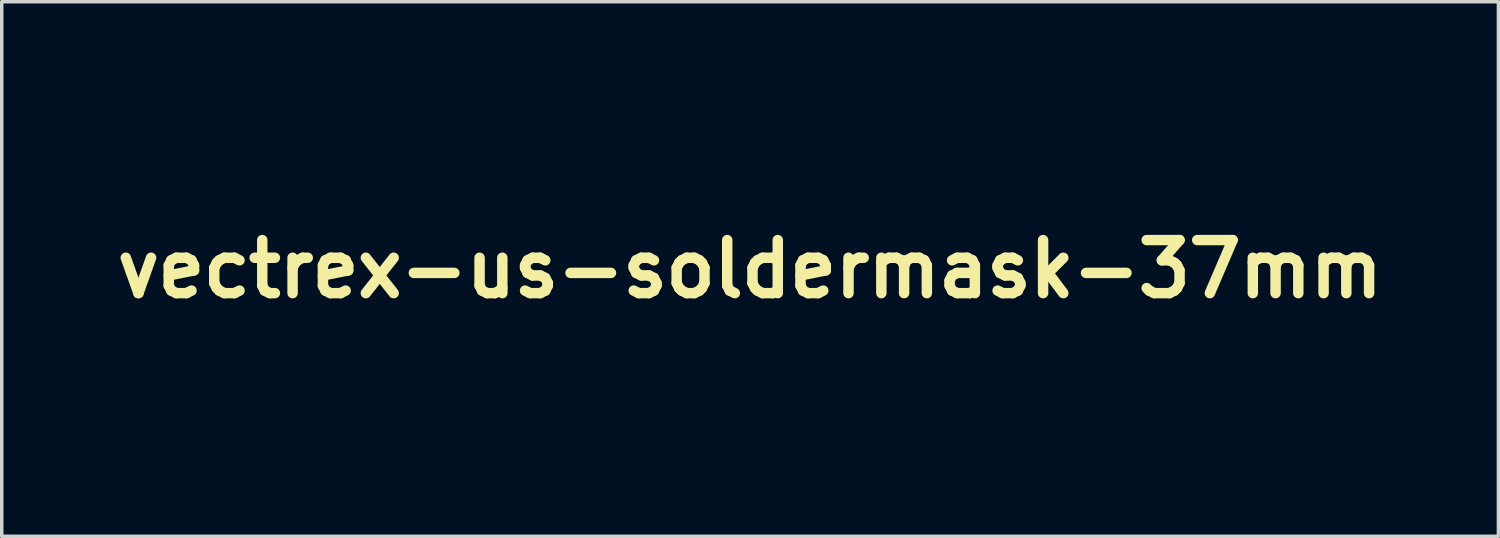
<source format=kicad_pcb>
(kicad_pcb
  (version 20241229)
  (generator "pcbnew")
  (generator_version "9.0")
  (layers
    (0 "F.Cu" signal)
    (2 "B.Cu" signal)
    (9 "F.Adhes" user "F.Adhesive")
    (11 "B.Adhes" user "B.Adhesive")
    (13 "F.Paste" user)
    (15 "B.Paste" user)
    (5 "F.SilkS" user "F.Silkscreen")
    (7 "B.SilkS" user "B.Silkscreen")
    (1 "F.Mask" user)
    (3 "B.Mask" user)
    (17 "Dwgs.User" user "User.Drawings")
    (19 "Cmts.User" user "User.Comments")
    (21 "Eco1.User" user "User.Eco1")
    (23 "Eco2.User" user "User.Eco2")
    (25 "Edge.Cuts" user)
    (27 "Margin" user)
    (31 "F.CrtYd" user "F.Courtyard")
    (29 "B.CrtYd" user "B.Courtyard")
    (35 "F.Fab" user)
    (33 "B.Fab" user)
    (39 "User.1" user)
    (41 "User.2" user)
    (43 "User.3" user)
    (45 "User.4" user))
  (footprint "vectrex-us-soldermask-37mm"
    (layer "F.Cu")
    (at 18.488 4.679)
    (property "Reference" "vectrex-us-soldermask-37mm" (at 0 0 0) (layer "F.SilkS") (effects (font (size 1.524 1.524) (thickness 0.3))))
    (attr through_hole)
    (fp_poly (pts (xy 5.912 -0.335) (xy 6.137 -0.333) (xy 6.326 -0.328) (xy 6.469 -0.323) (xy 6.554 -0.317) (xy 6.574 -0.312) (xy 6.549 -0.28) (xy 6.478 -0.202) (xy 6.369 -0.086) (xy 6.229 0.061) (xy 6.064 0.231) (xy 5.925 0.373) (xy 5.744 0.559) (xy 5.581 0.732) (xy 5.442 0.883) (xy 5.335 1.003) (xy 5.269 1.085) (xy 5.249 1.116) (xy 5.248 1.227) (xy 5.306 1.319) (xy 5.407 1.374) (xy 5.469 1.382) (xy 5.508 1.378) (xy 5.55 1.364) (xy 5.601 1.333) (xy 5.669 1.28) (xy 5.758 1.199) (xy 5.875 1.086) (xy 6.026 0.934) (xy 6.216 0.739) (xy 6.426 0.523) (xy 7.256 -0.336) (xy 8.11 -0.336) (xy 8.354 -0.335) (xy 8.57 -0.332) (xy 8.749 -0.327) (xy 8.88 -0.32) (xy 8.952 -0.313) (xy 8.963 -0.308) (xy 8.939 -0.274) (xy 8.873 -0.19) (xy 8.769 -0.064) (xy 8.636 0.097) (xy 8.477 0.285) (xy 8.3 0.493) (xy 8.243 0.56) (xy 7.524 1.401) (xy 6.918 1.411) (xy 6.313 1.421) (xy 6.313 4.594) (xy 4.744 4.594) (xy 4.744 -0.336) (xy 5.659 -0.336) (xy 5.912 -0.335)) (stroke (width 0.01) (type solid)) (fill yes) (layer "F.Mask"))
    (fp_poly (pts (xy 3.595 -3.299) (xy 3.605 -1.924) (xy 4.855 -1.905) (xy 6.104 -1.886) (xy 4.538 -0.263) (xy 4.062 -0.262) (xy 3.586 -0.261) (xy 3.586 4.594) (xy 2.017 4.594) (xy 2.017 -0.09) (xy 2.503 -0.58) (xy 2.686 -0.768) (xy 2.821 -0.913) (xy 2.912 -1.02) (xy 2.965 -1.099) (xy 2.987 -1.154) (xy 2.988 -1.168) (xy 2.956 -1.285) (xy 2.869 -1.361) (xy 2.761 -1.382) (xy 2.715 -1.373) (xy 2.655 -1.344) (xy 2.574 -1.288) (xy 2.464 -1.199) (xy 2.319 -1.071) (xy 2.13 -0.9) (xy 2.046 -0.822) (xy 1.44 -0.261) (xy 0.633 -0.261) (xy 0.395 -0.262) (xy 0.182 -0.265) (xy 0.007 -0.269) (xy -0.12 -0.275) (xy -0.188 -0.281) (xy -0.196 -0.284) (xy -0.178 -0.316) (xy -0.116 -0.397) (xy -0.016 -0.521) (xy 0.117 -0.68) (xy 0.276 -0.867) (xy 0.456 -1.076) (xy 0.555 -1.189) (xy 0.824 -1.497) (xy 1.103 -1.816) (xy 1.387 -2.14) (xy 1.67 -2.465) (xy 1.949 -2.785) (xy 2.219 -3.095) (xy 2.476 -3.389) (xy 2.713 -3.662) (xy 2.928 -3.908) (xy 3.114 -4.123) (xy 3.268 -4.301) (xy 3.385 -4.436) (xy 3.46 -4.524) (xy 3.483 -4.55) (xy 3.585 -4.674) (xy 3.595 -3.299)) (stroke (width 0.01) (type solid)) (fill yes) (layer "F.Mask"))
    (fp_poly (pts (xy -0.518 -0.293) (xy -0.128 -0.176) (xy 0.238 -0.002) (xy 0.563 0.227) (xy 0.598 0.257) (xy 0.766 0.406) (xy -0.46 1.637) (xy -0.609 1.539) (xy -0.724 1.476) (xy -0.853 1.442) (xy -1.004 1.428) (xy -1.232 1.442) (xy -1.418 1.512) (xy -1.578 1.645) (xy -1.661 1.75) (xy -1.727 1.855) (xy -1.761 1.953) (xy -1.773 2.076) (xy -1.774 2.148) (xy -1.769 2.293) (xy -1.745 2.398) (xy -1.694 2.496) (xy -1.661 2.546) (xy -1.497 2.723) (xy -1.304 2.833) (xy -1.078 2.875) (xy -1.048 2.876) (xy -0.806 2.844) (xy -0.603 2.75) (xy -0.444 2.598) (xy -0.335 2.392) (xy -0.303 2.281) (xy -0.286 2.224) (xy -0.258 2.165) (xy -0.212 2.095) (xy -0.141 2.008) (xy -0.039 1.896) (xy 0.101 1.751) (xy 0.285 1.564) (xy 0.38 1.469) (xy 0.56 1.29) (xy 0.724 1.132) (xy 0.864 1) (xy 0.973 0.902) (xy 1.043 0.845) (xy 1.064 0.834) (xy 1.11 0.879) (xy 1.168 0.981) (xy 1.234 1.123) (xy 1.299 1.289) (xy 1.358 1.465) (xy 1.388 1.573) (xy 1.45 1.966) (xy 1.443 2.369) (xy 1.373 2.768) (xy 1.241 3.153) (xy 1.052 3.511) (xy 0.809 3.832) (xy 0.642 3.998) (xy 0.307 4.25) (xy -0.064 4.444) (xy -0.461 4.575) (xy -0.871 4.64) (xy -1.283 4.635) (xy -1.35 4.628) (xy -1.758 4.538) (xy -2.141 4.383) (xy -2.492 4.168) (xy -2.805 3.899) (xy -3.071 3.583) (xy -3.284 3.226) (xy -3.436 2.835) (xy -3.456 2.763) (xy -3.498 2.531) (xy -3.517 2.258) (xy -3.515 1.972) (xy -3.49 1.706) (xy -3.456 1.532) (xy -3.313 1.13) (xy -3.109 0.764) (xy -2.85 0.44) (xy -2.542 0.164) (xy -2.191 -0.059) (xy -1.805 -0.223) (xy -1.389 -0.323) (xy -1.318 -0.333) (xy -0.92 -0.346) (xy -0.518 -0.293)) (stroke (width 0.01) (type solid)) (fill yes) (layer "F.Mask"))
    (fp_poly (pts (xy -5.807 -0.285) (xy -5.517 -0.199) (xy -5.133 -0.023) (xy -4.791 0.213) (xy -4.641 0.348) (xy -4.444 0.54) (xy -5.574 1.672) (xy -5.857 1.956) (xy -6.09 2.192) (xy -6.277 2.384) (xy -6.422 2.536) (xy -6.529 2.652) (xy -6.6 2.737) (xy -6.641 2.794) (xy -6.654 2.827) (xy -6.649 2.839) (xy -6.582 2.859) (xy -6.47 2.872) (xy -6.377 2.876) (xy -6.133 2.844) (xy -5.931 2.751) (xy -5.772 2.598) (xy -5.661 2.388) (xy -5.638 2.316) (xy -5.617 2.256) (xy -5.581 2.19) (xy -5.525 2.112) (xy -5.442 2.013) (xy -5.326 1.886) (xy -5.169 1.723) (xy -4.967 1.517) (xy -4.935 1.485) (xy -4.754 1.303) (xy -4.59 1.141) (xy -4.451 1.004) (xy -4.344 0.901) (xy -4.276 0.838) (xy -4.255 0.822) (xy -4.225 0.854) (xy -4.178 0.941) (xy -4.121 1.064) (xy -4.061 1.208) (xy -4.004 1.357) (xy -3.958 1.492) (xy -3.942 1.549) (xy -3.908 1.745) (xy -3.889 1.986) (xy -3.887 2.246) (xy -3.901 2.495) (xy -3.932 2.706) (xy -3.941 2.747) (xy -4.079 3.142) (xy -4.28 3.508) (xy -4.537 3.837) (xy -4.843 4.119) (xy -5.19 4.347) (xy -5.518 4.495) (xy -5.641 4.532) (xy -5.799 4.571) (xy -5.972 4.608) (xy -6.142 4.638) (xy -6.288 4.659) (xy -6.392 4.667) (xy -6.424 4.664) (xy -6.468 4.657) (xy -6.565 4.644) (xy -6.68 4.629) (xy -7.099 4.539) (xy -7.486 4.38) (xy -7.841 4.154) (xy -8.106 3.922) (xy -8.338 3.665) (xy -8.517 3.41) (xy -8.659 3.131) (xy -8.732 2.945) (xy -8.772 2.825) (xy -8.799 2.718) (xy -8.816 2.605) (xy -8.825 2.466) (xy -8.829 2.283) (xy -8.829 2.178) (xy -7.097 2.178) (xy -7.093 2.293) (xy -7.081 2.37) (xy -7.07 2.391) (xy -7.035 2.365) (xy -6.958 2.296) (xy -6.846 2.19) (xy -6.709 2.057) (xy -6.584 1.934) (xy -6.434 1.783) (xy -6.305 1.65) (xy -6.205 1.543) (xy -6.143 1.473) (xy -6.126 1.448) (xy -6.16 1.433) (xy -6.249 1.423) (xy -6.361 1.419) (xy -6.601 1.451) (xy -6.799 1.544) (xy -6.952 1.69) (xy -7.052 1.886) (xy -7.096 2.125) (xy -7.097 2.178) (xy -8.829 2.178) (xy -8.829 2.148) (xy -8.828 1.93) (xy -8.822 1.767) (xy -8.81 1.641) (xy -8.789 1.533) (xy -8.757 1.423) (xy -8.732 1.351) (xy -8.605 1.047) (xy -8.45 0.781) (xy -8.251 0.528) (xy -8.106 0.374) (xy -7.781 0.098) (xy -7.424 -0.113) (xy -7.04 -0.259) (xy -6.637 -0.337) (xy -6.224 -0.346) (xy -5.807 -0.285)) (stroke (width 0.01) (type solid)) (fill yes) (layer "F.Mask"))
    (fp_poly (pts (xy -13.597 -2.241) (xy -13.056 -2.24) (xy -12.541 -2.24) (xy -12.056 -2.238) (xy -11.607 -2.237) (xy -11.197 -2.235) (xy -10.831 -2.233) (xy -10.515 -2.231) (xy -10.253 -2.229) (xy -10.048 -2.226) (xy -9.907 -2.223) (xy -9.834 -2.221) (xy -9.824 -2.219) (xy -9.849 -2.189) (xy -9.923 -2.111) (xy -10.04 -1.988) (xy -10.197 -1.826) (xy -10.389 -1.628) (xy -10.612 -1.4) (xy -10.861 -1.145) (xy -11.132 -0.869) (xy -11.421 -0.575) (xy -11.533 -0.462) (xy -11.829 -0.16) (xy -12.11 0.128) (xy -12.373 0.398) (xy -12.611 0.645) (xy -12.821 0.865) (xy -12.998 1.051) (xy -13.138 1.201) (xy -13.236 1.309) (xy -13.287 1.37) (xy -13.293 1.379) (xy -13.318 1.502) (xy -13.282 1.615) (xy -13.199 1.702) (xy -13.082 1.749) (xy -12.954 1.743) (xy -12.91 1.712) (xy -12.818 1.63) (xy -12.679 1.499) (xy -12.496 1.322) (xy -12.273 1.103) (xy -12.011 0.842) (xy -11.714 0.544) (xy -11.385 0.211) (xy -11.025 -0.154) (xy -10.922 -0.259) (xy -8.983 -2.238) (xy -7.748 -2.24) (xy -7.451 -2.239) (xy -7.179 -2.238) (xy -6.94 -2.235) (xy -6.743 -2.232) (xy -6.596 -2.228) (xy -6.51 -2.223) (xy -6.49 -2.22) (xy -6.512 -2.19) (xy -6.58 -2.108) (xy -6.689 -1.979) (xy -6.837 -1.806) (xy -7.02 -1.594) (xy -7.234 -1.346) (xy -7.475 -1.068) (xy -7.741 -0.762) (xy -8.026 -0.433) (xy -8.328 -0.086) (xy -8.643 0.275) (xy -8.968 0.647) (xy -9.298 1.025) (xy -9.63 1.405) (xy -9.96 1.783) (xy -10.286 2.154) (xy -10.602 2.515) (xy -10.906 2.861) (xy -11.193 3.188) (xy -11.461 3.493) (xy -11.706 3.77) (xy -11.923 4.016) (xy -12.11 4.226) (xy -12.262 4.397) (xy -12.376 4.524) (xy -12.449 4.602) (xy -12.476 4.629) (xy -12.502 4.602) (xy -12.575 4.522) (xy -12.691 4.392) (xy -12.847 4.217) (xy -13.041 3.999) (xy -13.268 3.742) (xy -13.527 3.45) (xy -13.814 3.125) (xy -14.126 2.771) (xy -14.46 2.392) (xy -14.813 1.991) (xy -15.182 1.571) (xy -15.483 1.229) (xy -15.863 0.796) (xy -16.229 0.379) (xy -16.578 -0.02) (xy -16.907 -0.396) (xy -17.214 -0.746) (xy -17.495 -1.067) (xy -17.747 -1.356) (xy -17.967 -1.608) (xy -18.152 -1.821) (xy -18.299 -1.991) (xy -18.405 -2.114) (xy -18.467 -2.187) (xy -18.483 -2.207) (xy -18.449 -2.212) (xy -18.342 -2.217) (xy -18.168 -2.221) (xy -17.93 -2.225) (xy -17.631 -2.229) (xy -17.274 -2.232) (xy -16.863 -2.235) (xy -16.402 -2.237) (xy -15.893 -2.239) (xy -15.341 -2.24) (xy -14.748 -2.241) (xy -14.16 -2.241) (xy -13.597 -2.241)) (stroke (width 0.01) (type solid)) (fill yes) (layer "F.Mask"))
    (fp_poly (pts (xy 10.993 -0.317) (xy 11.383 -0.22) (xy 11.757 -0.057) (xy 12.108 0.171) (xy 12.242 0.283) (xy 12.35 0.384) (xy 12.431 0.469) (xy 12.473 0.525) (xy 12.476 0.535) (xy 12.45 0.57) (xy 12.377 0.652) (xy 12.262 0.775) (xy 12.11 0.933) (xy 11.927 1.122) (xy 11.719 1.334) (xy 11.49 1.565) (xy 11.365 1.691) (xy 11.084 1.972) (xy 10.854 2.206) (xy 10.669 2.395) (xy 10.527 2.545) (xy 10.423 2.659) (xy 10.354 2.741) (xy 10.315 2.797) (xy 10.304 2.829) (xy 10.309 2.839) (xy 10.375 2.859) (xy 10.488 2.872) (xy 10.592 2.876) (xy 10.743 2.868) (xy 10.86 2.837) (xy 10.98 2.773) (xy 10.988 2.768) (xy 11.124 2.652) (xy 11.235 2.502) (xy 11.303 2.342) (xy 11.318 2.241) (xy 11.334 2.195) (xy 11.387 2.119) (xy 11.478 2.01) (xy 11.614 1.862) (xy 11.797 1.672) (xy 11.98 1.487) (xy 12.162 1.305) (xy 12.328 1.144) (xy 12.471 1.009) (xy 12.582 0.908) (xy 12.655 0.848) (xy 12.68 0.834) (xy 12.731 0.881) (xy 12.796 0.985) (xy 12.867 1.133) (xy 12.937 1.31) (xy 12.967 1.397) (xy 13.005 1.521) (xy 13.03 1.637) (xy 13.044 1.766) (xy 13.051 1.927) (xy 13.052 2.141) (xy 13.052 2.166) (xy 13.049 2.383) (xy 13.042 2.545) (xy 13.028 2.672) (xy 13.003 2.785) (xy 12.967 2.902) (xy 12.952 2.945) (xy 12.827 3.246) (xy 12.674 3.509) (xy 12.478 3.761) (xy 12.325 3.925) (xy 12.007 4.194) (xy 11.65 4.404) (xy 11.263 4.552) (xy 10.856 4.633) (xy 10.439 4.644) (xy 10.267 4.628) (xy 9.862 4.539) (xy 9.481 4.383) (xy 9.13 4.167) (xy 8.819 3.899) (xy 8.553 3.584) (xy 8.34 3.229) (xy 8.188 2.841) (xy 8.162 2.747) (xy 8.128 2.55) (xy 8.11 2.309) (xy 8.109 2.194) (xy 9.836 2.194) (xy 9.846 2.301) (xy 9.868 2.373) (xy 9.89 2.391) (xy 9.924 2.365) (xy 10.001 2.296) (xy 10.113 2.19) (xy 10.249 2.057) (xy 10.374 1.934) (xy 10.524 1.783) (xy 10.653 1.65) (xy 10.753 1.543) (xy 10.815 1.473) (xy 10.832 1.448) (xy 10.798 1.433) (xy 10.71 1.423) (xy 10.607 1.419) (xy 10.36 1.451) (xy 10.154 1.543) (xy 9.994 1.694) (xy 9.881 1.902) (xy 9.86 1.967) (xy 9.84 2.075) (xy 9.836 2.194) (xy 8.109 2.194) (xy 8.108 2.049) (xy 8.122 1.801) (xy 8.152 1.591) (xy 8.162 1.549) (xy 8.275 1.217) (xy 8.442 0.887) (xy 8.646 0.587) (xy 8.766 0.447) (xy 9.084 0.161) (xy 9.434 -0.062) (xy 9.807 -0.222) (xy 10.197 -0.318) (xy 10.595 -0.35) (xy 10.993 -0.317)) (stroke (width 0.01) (type solid)) (fill yes) (layer "F.Mask"))
    (fp_poly (pts (xy 17.895 -0.335) (xy 18.108 -0.332) (xy 18.284 -0.326) (xy 18.412 -0.32) (xy 18.481 -0.312) (xy 18.49 -0.308) (xy 18.466 -0.274) (xy 18.399 -0.19) (xy 18.294 -0.061) (xy 18.155 0.107) (xy 17.987 0.308) (xy 17.796 0.535) (xy 17.586 0.784) (xy 17.461 0.931) (xy 16.433 2.141) (xy 16.521 2.238) (xy 16.583 2.308) (xy 16.682 2.422) (xy 16.811 2.572) (xy 16.964 2.752) (xy 17.136 2.954) (xy 17.319 3.17) (xy 17.508 3.394) (xy 17.697 3.618) (xy 17.879 3.835) (xy 18.049 4.037) (xy 18.199 4.217) (xy 18.325 4.368) (xy 18.419 4.483) (xy 18.475 4.553) (xy 18.49 4.573) (xy 18.454 4.577) (xy 18.35 4.581) (xy 18.185 4.585) (xy 17.966 4.588) (xy 17.701 4.59) (xy 17.396 4.592) (xy 17.058 4.594) (xy 16.694 4.594) (xy 16.566 4.594) (xy 16.195 4.594) (xy 15.847 4.593) (xy 15.53 4.59) (xy 15.251 4.587) (xy 15.015 4.584) (xy 14.832 4.58) (xy 14.706 4.575) (xy 14.647 4.57) (xy 14.642 4.569) (xy 14.668 4.536) (xy 14.739 4.458) (xy 14.848 4.343) (xy 14.989 4.197) (xy 15.154 4.029) (xy 15.285 3.897) (xy 15.465 3.714) (xy 15.629 3.547) (xy 15.768 3.403) (xy 15.874 3.291) (xy 15.941 3.217) (xy 15.96 3.193) (xy 15.976 3.097) (xy 15.938 2.997) (xy 15.863 2.915) (xy 15.765 2.877) (xy 15.751 2.876) (xy 15.703 2.898) (xy 15.616 2.965) (xy 15.487 3.078) (xy 15.313 3.241) (xy 15.094 3.454) (xy 14.826 3.72) (xy 14.81 3.735) (xy 13.952 4.594) (xy 13.1 4.594) (xy 12.799 4.593) (xy 12.569 4.589) (xy 12.407 4.582) (xy 12.309 4.572) (xy 12.272 4.559) (xy 12.272 4.554) (xy 12.301 4.518) (xy 12.373 4.431) (xy 12.483 4.3) (xy 12.626 4.13) (xy 12.797 3.928) (xy 12.99 3.7) (xy 13.201 3.452) (xy 13.302 3.333) (xy 13.518 3.079) (xy 13.717 2.842) (xy 13.894 2.629) (xy 14.046 2.446) (xy 14.166 2.298) (xy 14.25 2.192) (xy 14.293 2.133) (xy 14.297 2.124) (xy 14.272 2.091) (xy 14.203 2.007) (xy 14.095 1.878) (xy 13.955 1.71) (xy 13.786 1.51) (xy 13.594 1.283) (xy 13.384 1.036) (xy 13.27 0.901) (xy 13.053 0.646) (xy 12.851 0.408) (xy 12.671 0.195) (xy 12.517 0.01) (xy 12.393 -0.138) (xy 12.305 -0.246) (xy 12.258 -0.305) (xy 12.252 -0.315) (xy 12.288 -0.319) (xy 12.392 -0.323) (xy 12.557 -0.326) (xy 12.775 -0.329) (xy 13.041 -0.332) (xy 13.346 -0.334) (xy 13.684 -0.335) (xy 14.048 -0.336) (xy 14.179 -0.336) (xy 14.64 -0.335) (xy 15.043 -0.333) (xy 15.384 -0.33) (xy 15.661 -0.325) (xy 15.872 -0.32) (xy 16.014 -0.313) (xy 16.085 -0.305) (xy 16.093 -0.3) (xy 16.065 -0.264) (xy 15.991 -0.182) (xy 15.881 -0.062) (xy 15.739 0.088) (xy 15.575 0.262) (xy 15.436 0.407) (xy 15.222 0.632) (xy 15.056 0.811) (xy 14.934 0.951) (xy 14.852 1.059) (xy 14.805 1.142) (xy 14.79 1.206) (xy 14.801 1.259) (xy 14.835 1.307) (xy 14.85 1.323) (xy 14.895 1.363) (xy 14.941 1.386) (xy 14.993 1.387) (xy 15.058 1.364) (xy 15.14 1.311) (xy 15.247 1.224) (xy 15.384 1.099) (xy 15.556 0.932) (xy 15.771 0.719) (xy 15.966 0.523) (xy 16.818 -0.336) (xy 17.654 -0.336) (xy 17.895 -0.335)) (stroke (width 0.01) (type solid)) (fill yes) (layer "F.Mask")))
  (gr_rect
    (start -3 -3)
    (end 39.983 12.351)
    (stroke (width 0.1) (type default))
    (fill no)
    (layer "Edge.Cuts")))
</source>
